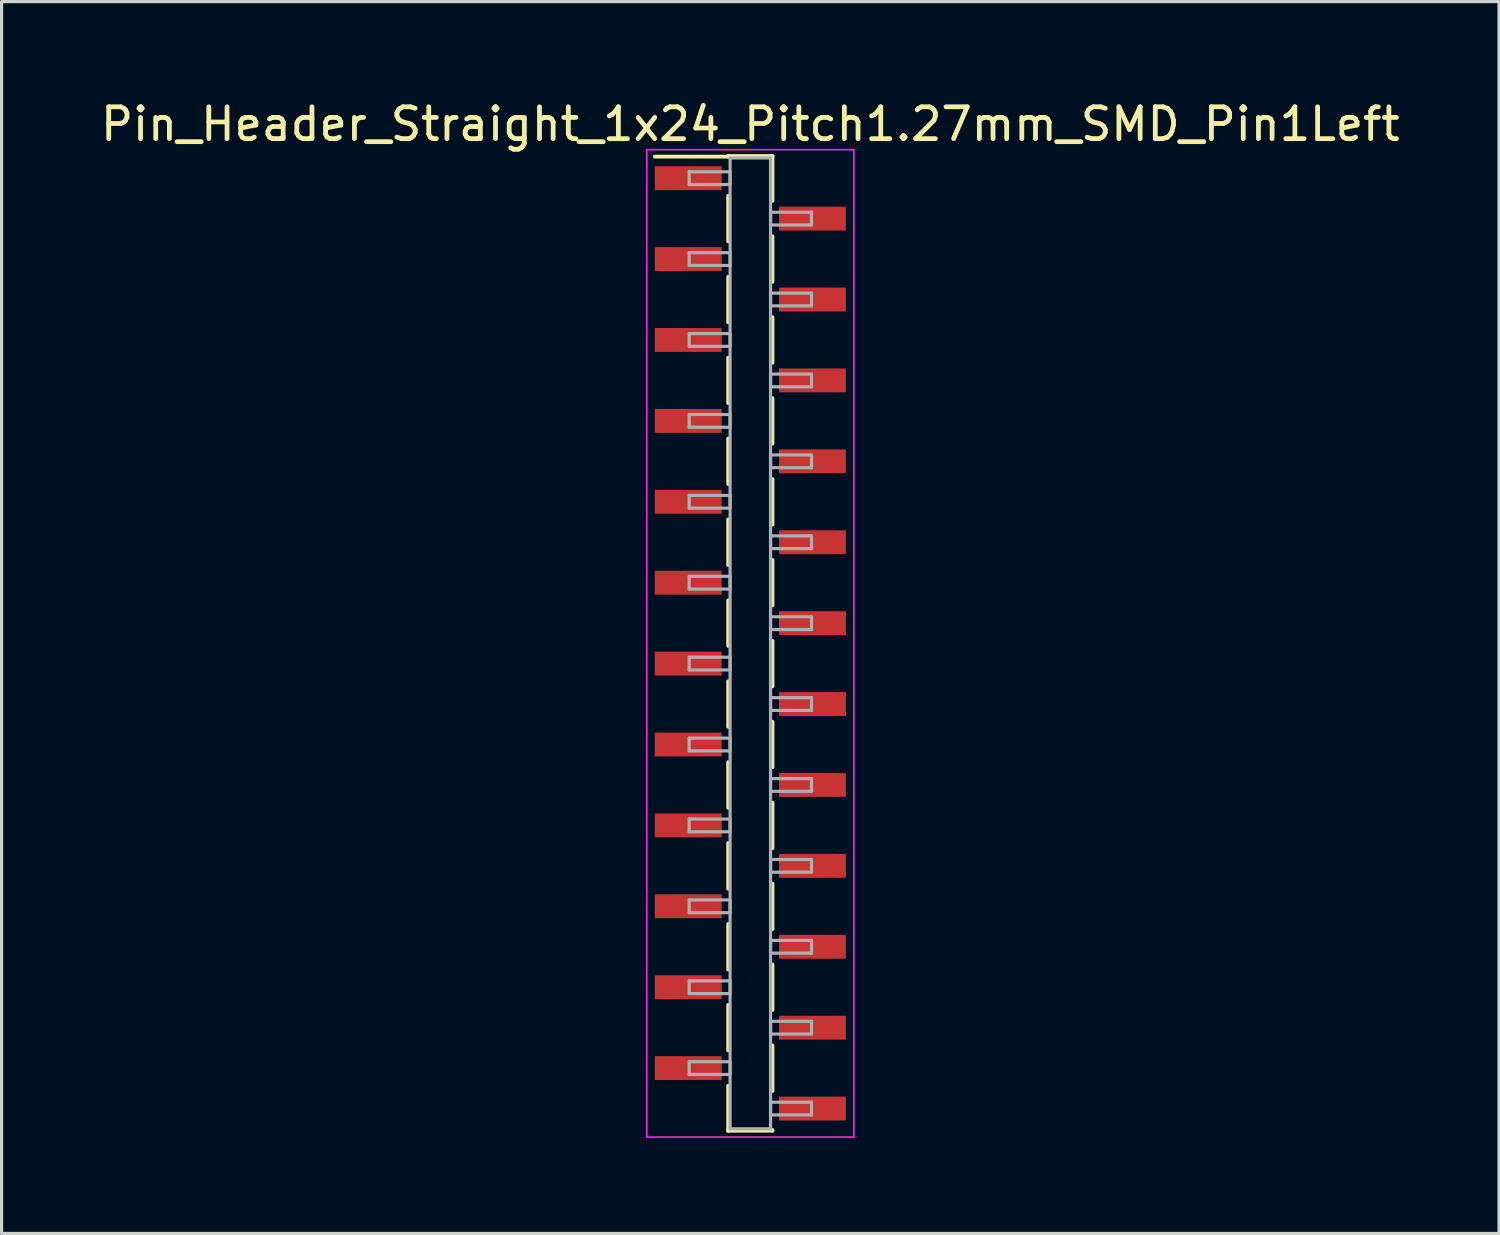
<source format=kicad_pcb>
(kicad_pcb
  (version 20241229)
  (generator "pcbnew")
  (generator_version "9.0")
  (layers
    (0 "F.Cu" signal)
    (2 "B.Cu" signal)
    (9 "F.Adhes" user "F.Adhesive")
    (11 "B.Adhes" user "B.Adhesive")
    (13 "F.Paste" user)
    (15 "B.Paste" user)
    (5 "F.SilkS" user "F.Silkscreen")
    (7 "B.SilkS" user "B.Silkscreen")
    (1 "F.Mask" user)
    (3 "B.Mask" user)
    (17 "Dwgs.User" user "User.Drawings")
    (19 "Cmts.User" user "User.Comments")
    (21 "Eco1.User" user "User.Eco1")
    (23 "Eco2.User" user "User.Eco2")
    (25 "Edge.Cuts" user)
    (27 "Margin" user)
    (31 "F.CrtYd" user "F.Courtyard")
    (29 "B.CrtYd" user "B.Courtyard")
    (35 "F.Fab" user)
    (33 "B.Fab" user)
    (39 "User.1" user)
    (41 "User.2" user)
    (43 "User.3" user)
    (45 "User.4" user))
  (footprint "Pin_Header_Straight_1x24_Pitch1.27mm_SMD_Pin1Left"
    (layer "F.Cu")
    (at 20.506 17.148)
    (property "Reference" "Pin_Header_Straight_1x24_Pitch1.27mm_SMD_Pin1Left" (at 0 -16.3 0) (layer "F.SilkS") (effects (font (size 1 1) (thickness 0.15))))
    (attr smd)
    (fp_line (start -0.695 -15.3) (end 0.695 -15.3) (stroke (width 0.12) (type solid)) (layer "F.SilkS"))
    (fp_line (start -0.695 -15.28) (end -3 -15.28) (stroke (width 0.12) (type solid)) (layer "F.SilkS"))
    (fp_line (start -0.695 -15.28) (end -0.695 -15.3) (stroke (width 0.12) (type solid)) (layer "F.SilkS"))
    (fp_line (start -0.695 -14.05) (end -0.695 -12.62) (stroke (width 0.12) (type solid)) (layer "F.SilkS"))
    (fp_line (start -0.695 -11.51) (end -0.695 -10.08) (stroke (width 0.12) (type solid)) (layer "F.SilkS"))
    (fp_line (start -0.695 -8.97) (end -0.695 -7.54) (stroke (width 0.12) (type solid)) (layer "F.SilkS"))
    (fp_line (start -0.695 -6.43) (end -0.695 -5) (stroke (width 0.12) (type solid)) (layer "F.SilkS"))
    (fp_line (start -0.695 -3.89) (end -0.695 -2.46) (stroke (width 0.12) (type solid)) (layer "F.SilkS"))
    (fp_line (start -0.695 -1.35) (end -0.695 0.08) (stroke (width 0.12) (type solid)) (layer "F.SilkS"))
    (fp_line (start -0.695 1.19) (end -0.695 2.62) (stroke (width 0.12) (type solid)) (layer "F.SilkS"))
    (fp_line (start -0.695 3.73) (end -0.695 5.16) (stroke (width 0.12) (type solid)) (layer "F.SilkS"))
    (fp_line (start -0.695 6.27) (end -0.695 7.7) (stroke (width 0.12) (type solid)) (layer "F.SilkS"))
    (fp_line (start -0.695 8.81) (end -0.695 10.24) (stroke (width 0.12) (type solid)) (layer "F.SilkS"))
    (fp_line (start -0.695 11.35) (end -0.695 12.78) (stroke (width 0.12) (type solid)) (layer "F.SilkS"))
    (fp_line (start -0.695 13.89) (end -0.695 15.3) (stroke (width 0.12) (type solid)) (layer "F.SilkS"))
    (fp_line (start -0.695 15.28) (end -0.695 15.3) (stroke (width 0.12) (type solid)) (layer "F.SilkS"))
    (fp_line (start -0.695 15.3) (end 0.695 15.3) (stroke (width 0.12) (type solid)) (layer "F.SilkS"))
    (fp_line (start 0.695 -15.3) (end 0.695 -15.28) (stroke (width 0.12) (type solid)) (layer "F.SilkS"))
    (fp_line (start 0.695 -15.3) (end 0.695 -13.89) (stroke (width 0.12) (type solid)) (layer "F.SilkS"))
    (fp_line (start 0.695 -12.78) (end 0.695 -11.35) (stroke (width 0.12) (type solid)) (layer "F.SilkS"))
    (fp_line (start 0.695 -10.24) (end 0.695 -8.81) (stroke (width 0.12) (type solid)) (layer "F.SilkS"))
    (fp_line (start 0.695 -7.7) (end 0.695 -6.27) (stroke (width 0.12) (type solid)) (layer "F.SilkS"))
    (fp_line (start 0.695 -5.16) (end 0.695 -3.73) (stroke (width 0.12) (type solid)) (layer "F.SilkS"))
    (fp_line (start 0.695 -2.62) (end 0.695 -1.19) (stroke (width 0.12) (type solid)) (layer "F.SilkS"))
    (fp_line (start 0.695 -0.08) (end 0.695 1.35) (stroke (width 0.12) (type solid)) (layer "F.SilkS"))
    (fp_line (start 0.695 2.46) (end 0.695 3.89) (stroke (width 0.12) (type solid)) (layer "F.SilkS"))
    (fp_line (start 0.695 5) (end 0.695 6.43) (stroke (width 0.12) (type solid)) (layer "F.SilkS"))
    (fp_line (start 0.695 7.54) (end 0.695 8.97) (stroke (width 0.12) (type solid)) (layer "F.SilkS"))
    (fp_line (start 0.695 10.08) (end 0.695 11.51) (stroke (width 0.12) (type solid)) (layer "F.SilkS"))
    (fp_line (start 0.695 12.62) (end 0.695 14.05) (stroke (width 0.12) (type solid)) (layer "F.SilkS"))
    (fp_line (start 0.695 15.3) (end 0.695 15.28) (stroke (width 0.12) (type solid)) (layer "F.SilkS"))
    (fp_line (start -3.25 -15.5) (end -3.25 15.5) (stroke (width 0.05) (type solid)) (layer "F.CrtYd"))
    (fp_line (start -3.25 15.5) (end 3.25 15.5) (stroke (width 0.05) (type solid)) (layer "F.CrtYd"))
    (fp_line (start 3.25 -15.5) (end -3.25 -15.5) (stroke (width 0.05) (type solid)) (layer "F.CrtYd"))
    (fp_line (start 3.25 15.5) (end 3.25 -15.5) (stroke (width 0.05) (type solid)) (layer "F.CrtYd"))
    (fp_line (start -1.92 -14.805) (end -0.635 -14.805) (stroke (width 0.1) (type solid)) (layer "F.Fab"))
    (fp_line (start -1.92 -14.405) (end -1.92 -14.805) (stroke (width 0.1) (type solid)) (layer "F.Fab"))
    (fp_line (start -1.92 -12.265) (end -0.635 -12.265) (stroke (width 0.1) (type solid)) (layer "F.Fab"))
    (fp_line (start -1.92 -11.865) (end -1.92 -12.265) (stroke (width 0.1) (type solid)) (layer "F.Fab"))
    (fp_line (start -1.92 -9.725) (end -0.635 -9.725) (stroke (width 0.1) (type solid)) (layer "F.Fab"))
    (fp_line (start -1.92 -9.325) (end -1.92 -9.725) (stroke (width 0.1) (type solid)) (layer "F.Fab"))
    (fp_line (start -1.92 -7.185) (end -0.635 -7.185) (stroke (width 0.1) (type solid)) (layer "F.Fab"))
    (fp_line (start -1.92 -6.785) (end -1.92 -7.185) (stroke (width 0.1) (type solid)) (layer "F.Fab"))
    (fp_line (start -1.92 -4.645) (end -0.635 -4.645) (stroke (width 0.1) (type solid)) (layer "F.Fab"))
    (fp_line (start -1.92 -4.245) (end -1.92 -4.645) (stroke (width 0.1) (type solid)) (layer "F.Fab"))
    (fp_line (start -1.92 -2.105) (end -0.635 -2.105) (stroke (width 0.1) (type solid)) (layer "F.Fab"))
    (fp_line (start -1.92 -1.705) (end -1.92 -2.105) (stroke (width 0.1) (type solid)) (layer "F.Fab"))
    (fp_line (start -1.92 0.435) (end -0.635 0.435) (stroke (width 0.1) (type solid)) (layer "F.Fab"))
    (fp_line (start -1.92 0.835) (end -1.92 0.435) (stroke (width 0.1) (type solid)) (layer "F.Fab"))
    (fp_line (start -1.92 2.975) (end -0.635 2.975) (stroke (width 0.1) (type solid)) (layer "F.Fab"))
    (fp_line (start -1.92 3.375) (end -1.92 2.975) (stroke (width 0.1) (type solid)) (layer "F.Fab"))
    (fp_line (start -1.92 5.515) (end -0.635 5.515) (stroke (width 0.1) (type solid)) (layer "F.Fab"))
    (fp_line (start -1.92 5.915) (end -1.92 5.515) (stroke (width 0.1) (type solid)) (layer "F.Fab"))
    (fp_line (start -1.92 8.055) (end -0.635 8.055) (stroke (width 0.1) (type solid)) (layer "F.Fab"))
    (fp_line (start -1.92 8.455) (end -1.92 8.055) (stroke (width 0.1) (type solid)) (layer "F.Fab"))
    (fp_line (start -1.92 10.595) (end -0.635 10.595) (stroke (width 0.1) (type solid)) (layer "F.Fab"))
    (fp_line (start -1.92 10.995) (end -1.92 10.595) (stroke (width 0.1) (type solid)) (layer "F.Fab"))
    (fp_line (start -1.92 13.135) (end -0.635 13.135) (stroke (width 0.1) (type solid)) (layer "F.Fab"))
    (fp_line (start -1.92 13.535) (end -1.92 13.135) (stroke (width 0.1) (type solid)) (layer "F.Fab"))
    (fp_line (start -0.635 -15.24) (end -0.635 15.24) (stroke (width 0.1) (type solid)) (layer "F.Fab"))
    (fp_line (start -0.635 -14.805) (end -0.635 -14.405) (stroke (width 0.1) (type solid)) (layer "F.Fab"))
    (fp_line (start -0.635 -14.405) (end -1.92 -14.405) (stroke (width 0.1) (type solid)) (layer "F.Fab"))
    (fp_line (start -0.635 -12.265) (end -0.635 -11.865) (stroke (width 0.1) (type solid)) (layer "F.Fab"))
    (fp_line (start -0.635 -11.865) (end -1.92 -11.865) (stroke (width 0.1) (type solid)) (layer "F.Fab"))
    (fp_line (start -0.635 -9.725) (end -0.635 -9.325) (stroke (width 0.1) (type solid)) (layer "F.Fab"))
    (fp_line (start -0.635 -9.325) (end -1.92 -9.325) (stroke (width 0.1) (type solid)) (layer "F.Fab"))
    (fp_line (start -0.635 -7.185) (end -0.635 -6.785) (stroke (width 0.1) (type solid)) (layer "F.Fab"))
    (fp_line (start -0.635 -6.785) (end -1.92 -6.785) (stroke (width 0.1) (type solid)) (layer "F.Fab"))
    (fp_line (start -0.635 -4.645) (end -0.635 -4.245) (stroke (width 0.1) (type solid)) (layer "F.Fab"))
    (fp_line (start -0.635 -4.245) (end -1.92 -4.245) (stroke (width 0.1) (type solid)) (layer "F.Fab"))
    (fp_line (start -0.635 -2.105) (end -0.635 -1.705) (stroke (width 0.1) (type solid)) (layer "F.Fab"))
    (fp_line (start -0.635 -1.705) (end -1.92 -1.705) (stroke (width 0.1) (type solid)) (layer "F.Fab"))
    (fp_line (start -0.635 0.435) (end -0.635 0.835) (stroke (width 0.1) (type solid)) (layer "F.Fab"))
    (fp_line (start -0.635 0.835) (end -1.92 0.835) (stroke (width 0.1) (type solid)) (layer "F.Fab"))
    (fp_line (start -0.635 2.975) (end -0.635 3.375) (stroke (width 0.1) (type solid)) (layer "F.Fab"))
    (fp_line (start -0.635 3.375) (end -1.92 3.375) (stroke (width 0.1) (type solid)) (layer "F.Fab"))
    (fp_line (start -0.635 5.515) (end -0.635 5.915) (stroke (width 0.1) (type solid)) (layer "F.Fab"))
    (fp_line (start -0.635 5.915) (end -1.92 5.915) (stroke (width 0.1) (type solid)) (layer "F.Fab"))
    (fp_line (start -0.635 8.055) (end -0.635 8.455) (stroke (width 0.1) (type solid)) (layer "F.Fab"))
    (fp_line (start -0.635 8.455) (end -1.92 8.455) (stroke (width 0.1) (type solid)) (layer "F.Fab"))
    (fp_line (start -0.635 10.595) (end -0.635 10.995) (stroke (width 0.1) (type solid)) (layer "F.Fab"))
    (fp_line (start -0.635 10.995) (end -1.92 10.995) (stroke (width 0.1) (type solid)) (layer "F.Fab"))
    (fp_line (start -0.635 13.135) (end -0.635 13.535) (stroke (width 0.1) (type solid)) (layer "F.Fab"))
    (fp_line (start -0.635 13.535) (end -1.92 13.535) (stroke (width 0.1) (type solid)) (layer "F.Fab"))
    (fp_line (start -0.635 15.24) (end 0.635 15.24) (stroke (width 0.1) (type solid)) (layer "F.Fab"))
    (fp_line (start 0.635 -15.24) (end -0.635 -15.24) (stroke (width 0.1) (type solid)) (layer "F.Fab"))
    (fp_line (start 0.635 -13.535) (end 0.635 -13.135) (stroke (width 0.1) (type solid)) (layer "F.Fab"))
    (fp_line (start 0.635 -13.135) (end 1.92 -13.135) (stroke (width 0.1) (type solid)) (layer "F.Fab"))
    (fp_line (start 0.635 -10.995) (end 0.635 -10.595) (stroke (width 0.1) (type solid)) (layer "F.Fab"))
    (fp_line (start 0.635 -10.595) (end 1.92 -10.595) (stroke (width 0.1) (type solid)) (layer "F.Fab"))
    (fp_line (start 0.635 -8.455) (end 0.635 -8.055) (stroke (width 0.1) (type solid)) (layer "F.Fab"))
    (fp_line (start 0.635 -8.055) (end 1.92 -8.055) (stroke (width 0.1) (type solid)) (layer "F.Fab"))
    (fp_line (start 0.635 -5.915) (end 0.635 -5.515) (stroke (width 0.1) (type solid)) (layer "F.Fab"))
    (fp_line (start 0.635 -5.515) (end 1.92 -5.515) (stroke (width 0.1) (type solid)) (layer "F.Fab"))
    (fp_line (start 0.635 -3.375) (end 0.635 -2.975) (stroke (width 0.1) (type solid)) (layer "F.Fab"))
    (fp_line (start 0.635 -2.975) (end 1.92 -2.975) (stroke (width 0.1) (type solid)) (layer "F.Fab"))
    (fp_line (start 0.635 -0.835) (end 0.635 -0.435) (stroke (width 0.1) (type solid)) (layer "F.Fab"))
    (fp_line (start 0.635 -0.435) (end 1.92 -0.435) (stroke (width 0.1) (type solid)) (layer "F.Fab"))
    (fp_line (start 0.635 1.705) (end 0.635 2.105) (stroke (width 0.1) (type solid)) (layer "F.Fab"))
    (fp_line (start 0.635 2.105) (end 1.92 2.105) (stroke (width 0.1) (type solid)) (layer "F.Fab"))
    (fp_line (start 0.635 4.245) (end 0.635 4.645) (stroke (width 0.1) (type solid)) (layer "F.Fab"))
    (fp_line (start 0.635 4.645) (end 1.92 4.645) (stroke (width 0.1) (type solid)) (layer "F.Fab"))
    (fp_line (start 0.635 6.785) (end 0.635 7.185) (stroke (width 0.1) (type solid)) (layer "F.Fab"))
    (fp_line (start 0.635 7.185) (end 1.92 7.185) (stroke (width 0.1) (type solid)) (layer "F.Fab"))
    (fp_line (start 0.635 9.325) (end 0.635 9.725) (stroke (width 0.1) (type solid)) (layer "F.Fab"))
    (fp_line (start 0.635 9.725) (end 1.92 9.725) (stroke (width 0.1) (type solid)) (layer "F.Fab"))
    (fp_line (start 0.635 11.865) (end 0.635 12.265) (stroke (width 0.1) (type solid)) (layer "F.Fab"))
    (fp_line (start 0.635 12.265) (end 1.92 12.265) (stroke (width 0.1) (type solid)) (layer "F.Fab"))
    (fp_line (start 0.635 14.405) (end 0.635 14.805) (stroke (width 0.1) (type solid)) (layer "F.Fab"))
    (fp_line (start 0.635 14.805) (end 1.92 14.805) (stroke (width 0.1) (type solid)) (layer "F.Fab"))
    (fp_line (start 0.635 15.24) (end 0.635 -15.24) (stroke (width 0.1) (type solid)) (layer "F.Fab"))
    (fp_line (start 1.92 -13.535) (end 0.635 -13.535) (stroke (width 0.1) (type solid)) (layer "F.Fab"))
    (fp_line (start 1.92 -13.135) (end 1.92 -13.535) (stroke (width 0.1) (type solid)) (layer "F.Fab"))
    (fp_line (start 1.92 -10.995) (end 0.635 -10.995) (stroke (width 0.1) (type solid)) (layer "F.Fab"))
    (fp_line (start 1.92 -10.595) (end 1.92 -10.995) (stroke (width 0.1) (type solid)) (layer "F.Fab"))
    (fp_line (start 1.92 -8.455) (end 0.635 -8.455) (stroke (width 0.1) (type solid)) (layer "F.Fab"))
    (fp_line (start 1.92 -8.055) (end 1.92 -8.455) (stroke (width 0.1) (type solid)) (layer "F.Fab"))
    (fp_line (start 1.92 -5.915) (end 0.635 -5.915) (stroke (width 0.1) (type solid)) (layer "F.Fab"))
    (fp_line (start 1.92 -5.515) (end 1.92 -5.915) (stroke (width 0.1) (type solid)) (layer "F.Fab"))
    (fp_line (start 1.92 -3.375) (end 0.635 -3.375) (stroke (width 0.1) (type solid)) (layer "F.Fab"))
    (fp_line (start 1.92 -2.975) (end 1.92 -3.375) (stroke (width 0.1) (type solid)) (layer "F.Fab"))
    (fp_line (start 1.92 -0.835) (end 0.635 -0.835) (stroke (width 0.1) (type solid)) (layer "F.Fab"))
    (fp_line (start 1.92 -0.435) (end 1.92 -0.835) (stroke (width 0.1) (type solid)) (layer "F.Fab"))
    (fp_line (start 1.92 1.705) (end 0.635 1.705) (stroke (width 0.1) (type solid)) (layer "F.Fab"))
    (fp_line (start 1.92 2.105) (end 1.92 1.705) (stroke (width 0.1) (type solid)) (layer "F.Fab"))
    (fp_line (start 1.92 4.245) (end 0.635 4.245) (stroke (width 0.1) (type solid)) (layer "F.Fab"))
    (fp_line (start 1.92 4.645) (end 1.92 4.245) (stroke (width 0.1) (type solid)) (layer "F.Fab"))
    (fp_line (start 1.92 6.785) (end 0.635 6.785) (stroke (width 0.1) (type solid)) (layer "F.Fab"))
    (fp_line (start 1.92 7.185) (end 1.92 6.785) (stroke (width 0.1) (type solid)) (layer "F.Fab"))
    (fp_line (start 1.92 9.325) (end 0.635 9.325) (stroke (width 0.1) (type solid)) (layer "F.Fab"))
    (fp_line (start 1.92 9.725) (end 1.92 9.325) (stroke (width 0.1) (type solid)) (layer "F.Fab"))
    (fp_line (start 1.92 11.865) (end 0.635 11.865) (stroke (width 0.1) (type solid)) (layer "F.Fab"))
    (fp_line (start 1.92 12.265) (end 1.92 11.865) (stroke (width 0.1) (type solid)) (layer "F.Fab"))
    (fp_line (start 1.92 14.405) (end 0.635 14.405) (stroke (width 0.1) (type solid)) (layer "F.Fab"))
    (fp_line (start 1.92 14.805) (end 1.92 14.405) (stroke (width 0.1) (type solid)) (layer "F.Fab"))
    (pad "1" smd rect (at -1.95 -14.605) (size 2.1 0.75) (layers "F.Cu" "F.Mask"))
    (pad "2" smd rect (at 1.95 -13.335) (size 2.1 0.75) (layers "F.Cu" "F.Mask"))
    (pad "3" smd rect (at -1.95 -12.065) (size 2.1 0.75) (layers "F.Cu" "F.Mask"))
    (pad "4" smd rect (at 1.95 -10.795) (size 2.1 0.75) (layers "F.Cu" "F.Mask"))
    (pad "5" smd rect (at -1.95 -9.525) (size 2.1 0.75) (layers "F.Cu" "F.Mask"))
    (pad "6" smd rect (at 1.95 -8.255) (size 2.1 0.75) (layers "F.Cu" "F.Mask"))
    (pad "7" smd rect (at -1.95 -6.985) (size 2.1 0.75) (layers "F.Cu" "F.Mask"))
    (pad "8" smd rect (at 1.95 -5.715) (size 2.1 0.75) (layers "F.Cu" "F.Mask"))
    (pad "9" smd rect (at -1.95 -4.445) (size 2.1 0.75) (layers "F.Cu" "F.Mask"))
    (pad "10" smd rect (at 1.95 -3.175) (size 2.1 0.75) (layers "F.Cu" "F.Mask"))
    (pad "11" smd rect (at -1.95 -1.905) (size 2.1 0.75) (layers "F.Cu" "F.Mask"))
    (pad "12" smd rect (at 1.95 -0.635) (size 2.1 0.75) (layers "F.Cu" "F.Mask"))
    (pad "13" smd rect (at -1.95 0.635) (size 2.1 0.75) (layers "F.Cu" "F.Mask"))
    (pad "14" smd rect (at 1.95 1.905) (size 2.1 0.75) (layers "F.Cu" "F.Mask"))
    (pad "15" smd rect (at -1.95 3.175) (size 2.1 0.75) (layers "F.Cu" "F.Mask"))
    (pad "16" smd rect (at 1.95 4.445) (size 2.1 0.75) (layers "F.Cu" "F.Mask"))
    (pad "17" smd rect (at -1.95 5.715) (size 2.1 0.75) (layers "F.Cu" "F.Mask"))
    (pad "18" smd rect (at 1.95 6.985) (size 2.1 0.75) (layers "F.Cu" "F.Mask"))
    (pad "19" smd rect (at -1.95 8.255) (size 2.1 0.75) (layers "F.Cu" "F.Mask"))
    (pad "20" smd rect (at 1.95 9.525) (size 2.1 0.75) (layers "F.Cu" "F.Mask"))
    (pad "21" smd rect (at -1.95 10.795) (size 2.1 0.75) (layers "F.Cu" "F.Mask"))
    (pad "22" smd rect (at 1.95 12.065) (size 2.1 0.75) (layers "F.Cu" "F.Mask"))
    (pad "23" smd rect (at -1.95 13.335) (size 2.1 0.75) (layers "F.Cu" "F.Mask"))
    (pad "24" smd rect (at 1.95 14.605) (size 2.1 0.75) (layers "F.Cu" "F.Mask")))
  (gr_rect
    (start -3 -3)
    (end 44.012 35.673)
    (stroke (width 0.1) (type default))
    (fill no)
    (layer "Edge.Cuts")))
</source>
